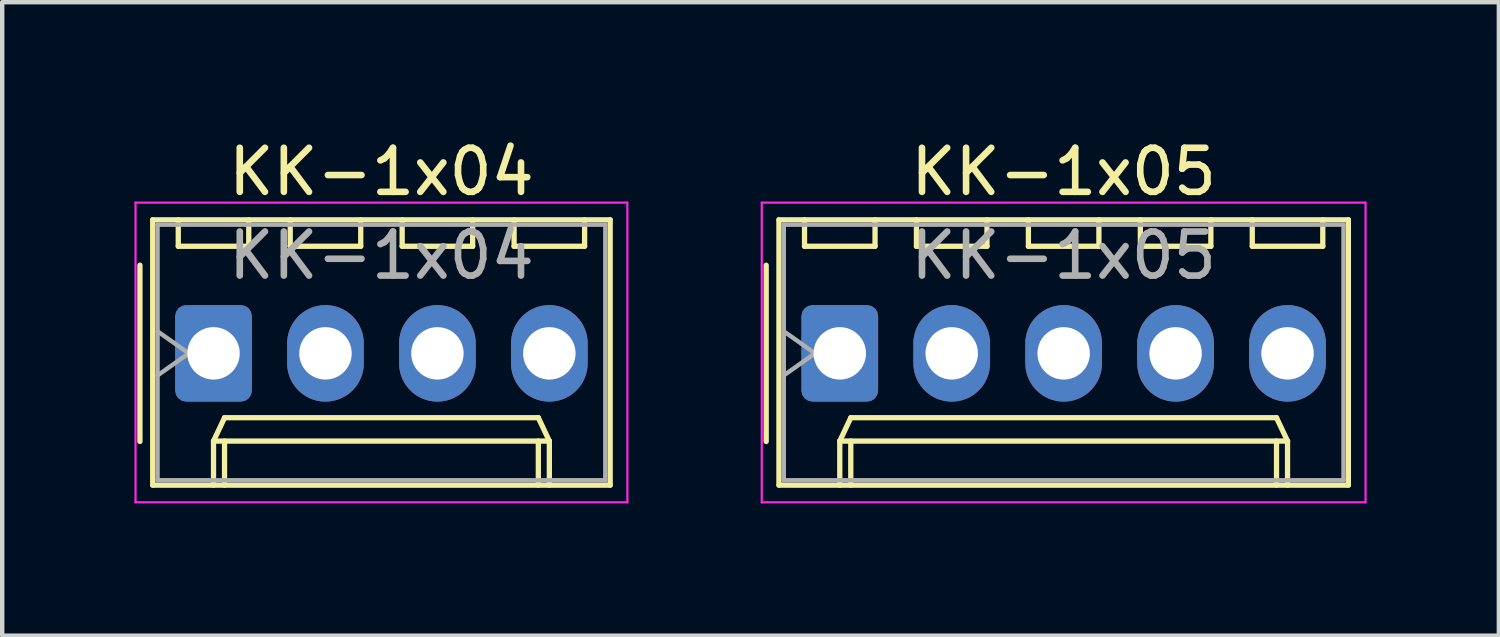
<source format=kicad_pcb>
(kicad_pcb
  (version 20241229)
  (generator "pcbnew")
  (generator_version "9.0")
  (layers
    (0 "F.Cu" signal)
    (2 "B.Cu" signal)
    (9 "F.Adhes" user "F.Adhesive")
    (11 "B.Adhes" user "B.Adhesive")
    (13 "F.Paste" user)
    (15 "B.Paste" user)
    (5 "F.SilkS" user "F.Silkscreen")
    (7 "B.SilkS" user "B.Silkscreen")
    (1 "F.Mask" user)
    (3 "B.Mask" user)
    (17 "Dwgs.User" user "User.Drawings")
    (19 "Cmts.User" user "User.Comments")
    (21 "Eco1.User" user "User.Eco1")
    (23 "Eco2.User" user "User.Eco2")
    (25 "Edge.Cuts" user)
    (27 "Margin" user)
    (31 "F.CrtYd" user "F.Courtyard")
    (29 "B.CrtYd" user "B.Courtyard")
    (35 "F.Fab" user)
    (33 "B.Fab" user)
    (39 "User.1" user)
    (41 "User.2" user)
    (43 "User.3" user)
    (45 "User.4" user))
  (footprint "KK-1x04"
    (layer "F.Cu")
    (at 1.795 4.968)
    (property "Reference" "KK-1x04" (at 3.81 -4.12 0) (layer "F.SilkS") (effects (font (size 1 1) (thickness 0.15))))
    (attr through_hole)
    (fp_line (start -1.67 -2) (end -1.67 2) (stroke (width 0.12) (type solid)) (layer "F.SilkS"))
    (fp_line (start -1.38 -3.03) (end -1.38 2.99) (stroke (width 0.12) (type solid)) (layer "F.SilkS"))
    (fp_line (start -1.38 2.99) (end 9 2.99) (stroke (width 0.12) (type solid)) (layer "F.SilkS"))
    (fp_line (start -0.8 -3.03) (end -0.8 -2.43) (stroke (width 0.12) (type solid)) (layer "F.SilkS"))
    (fp_line (start -0.8 -2.43) (end 0.8 -2.43) (stroke (width 0.12) (type solid)) (layer "F.SilkS"))
    (fp_line (start 0 1.99) (end 0.25 1.46) (stroke (width 0.12) (type solid)) (layer "F.SilkS"))
    (fp_line (start 0 1.99) (end 7.62 1.99) (stroke (width 0.12) (type solid)) (layer "F.SilkS"))
    (fp_line (start 0 2.99) (end 0 1.99) (stroke (width 0.12) (type solid)) (layer "F.SilkS"))
    (fp_line (start 0.25 1.46) (end 7.37 1.46) (stroke (width 0.12) (type solid)) (layer "F.SilkS"))
    (fp_line (start 0.25 2.99) (end 0.25 1.99) (stroke (width 0.12) (type solid)) (layer "F.SilkS"))
    (fp_line (start 0.8 -2.43) (end 0.8 -3.03) (stroke (width 0.12) (type solid)) (layer "F.SilkS"))
    (fp_line (start 1.74 -3.03) (end 1.74 -2.43) (stroke (width 0.12) (type solid)) (layer "F.SilkS"))
    (fp_line (start 1.74 -2.43) (end 3.34 -2.43) (stroke (width 0.12) (type solid)) (layer "F.SilkS"))
    (fp_line (start 3.34 -2.43) (end 3.34 -3.03) (stroke (width 0.12) (type solid)) (layer "F.SilkS"))
    (fp_line (start 4.28 -3.03) (end 4.28 -2.43) (stroke (width 0.12) (type solid)) (layer "F.SilkS"))
    (fp_line (start 4.28 -2.43) (end 5.88 -2.43) (stroke (width 0.12) (type solid)) (layer "F.SilkS"))
    (fp_line (start 5.88 -2.43) (end 5.88 -3.03) (stroke (width 0.12) (type solid)) (layer "F.SilkS"))
    (fp_line (start 6.82 -3.03) (end 6.82 -2.43) (stroke (width 0.12) (type solid)) (layer "F.SilkS"))
    (fp_line (start 6.82 -2.43) (end 8.42 -2.43) (stroke (width 0.12) (type solid)) (layer "F.SilkS"))
    (fp_line (start 7.37 1.46) (end 7.62 1.99) (stroke (width 0.12) (type solid)) (layer "F.SilkS"))
    (fp_line (start 7.37 2.99) (end 7.37 1.99) (stroke (width 0.12) (type solid)) (layer "F.SilkS"))
    (fp_line (start 7.62 1.99) (end 7.62 2.99) (stroke (width 0.12) (type solid)) (layer "F.SilkS"))
    (fp_line (start 8.42 -2.43) (end 8.42 -3.03) (stroke (width 0.12) (type solid)) (layer "F.SilkS"))
    (fp_line (start 9 -3.03) (end -1.38 -3.03) (stroke (width 0.12) (type solid)) (layer "F.SilkS"))
    (fp_line (start 9 2.99) (end 9 -3.03) (stroke (width 0.12) (type solid)) (layer "F.SilkS"))
    (fp_line (start -1.77 -3.42) (end -1.77 3.38) (stroke (width 0.05) (type solid)) (layer "F.CrtYd"))
    (fp_line (start -1.77 3.38) (end 9.39 3.38) (stroke (width 0.05) (type solid)) (layer "F.CrtYd"))
    (fp_line (start 9.39 -3.42) (end -1.77 -3.42) (stroke (width 0.05) (type solid)) (layer "F.CrtYd"))
    (fp_line (start 9.39 3.38) (end 9.39 -3.42) (stroke (width 0.05) (type solid)) (layer "F.CrtYd"))
    (fp_line (start -1.27 -2.92) (end -1.27 2.88) (stroke (width 0.1) (type solid)) (layer "F.Fab"))
    (fp_line (start -1.27 -0.5) (end -0.563 0) (stroke (width 0.1) (type solid)) (layer "F.Fab"))
    (fp_line (start -1.27 2.88) (end 8.89 2.88) (stroke (width 0.1) (type solid)) (layer "F.Fab"))
    (fp_line (start -0.563 0) (end -1.27 0.5) (stroke (width 0.1) (type solid)) (layer "F.Fab"))
    (fp_line (start 8.89 -2.92) (end -1.27 -2.92) (stroke (width 0.1) (type solid)) (layer "F.Fab"))
    (fp_line (start 8.89 2.88) (end 8.89 -2.92) (stroke (width 0.1) (type solid)) (layer "F.Fab"))
    (fp_text user "${REFERENCE}" (at 3.81 -2.22 0) (layer "F.Fab") (effects (font (size 1 1) (thickness 0.15))))
    (pad "1" thru_hole roundrect (at 0 0) (size 1.74 2.19) (drill 1.19) (layers "*.Cu" "*.Mask") (roundrect_rratio 0.144))
    (pad "2" thru_hole oval (at 2.54 0) (size 1.74 2.19) (drill 1.19) (layers "*.Cu" "*.Mask"))
    (pad "3" thru_hole oval (at 5.08 0) (size 1.74 2.19) (drill 1.19) (layers "*.Cu" "*.Mask"))
    (pad "4" thru_hole oval (at 7.62 0) (size 1.74 2.19) (drill 1.19) (layers "*.Cu" "*.Mask")))
  (footprint "KK-1x05"
    (layer "F.Cu")
    (at 16.005 4.968)
    (property "Reference" "KK-1x05" (at 5.08 -4.12 0) (layer "F.SilkS") (effects (font (size 1 1) (thickness 0.15))))
    (attr through_hole)
    (fp_line (start -1.67 -2) (end -1.67 2) (stroke (width 0.12) (type solid)) (layer "F.SilkS"))
    (fp_line (start -1.38 -3.03) (end -1.38 2.99) (stroke (width 0.12) (type solid)) (layer "F.SilkS"))
    (fp_line (start -1.38 2.99) (end 11.54 2.99) (stroke (width 0.12) (type solid)) (layer "F.SilkS"))
    (fp_line (start -0.8 -3.03) (end -0.8 -2.43) (stroke (width 0.12) (type solid)) (layer "F.SilkS"))
    (fp_line (start -0.8 -2.43) (end 0.8 -2.43) (stroke (width 0.12) (type solid)) (layer "F.SilkS"))
    (fp_line (start 0 1.99) (end 0.25 1.46) (stroke (width 0.12) (type solid)) (layer "F.SilkS"))
    (fp_line (start 0 1.99) (end 10.16 1.99) (stroke (width 0.12) (type solid)) (layer "F.SilkS"))
    (fp_line (start 0 2.99) (end 0 1.99) (stroke (width 0.12) (type solid)) (layer "F.SilkS"))
    (fp_line (start 0.25 1.46) (end 9.91 1.46) (stroke (width 0.12) (type solid)) (layer "F.SilkS"))
    (fp_line (start 0.25 2.99) (end 0.25 1.99) (stroke (width 0.12) (type solid)) (layer "F.SilkS"))
    (fp_line (start 0.8 -2.43) (end 0.8 -3.03) (stroke (width 0.12) (type solid)) (layer "F.SilkS"))
    (fp_line (start 1.74 -3.03) (end 1.74 -2.43) (stroke (width 0.12) (type solid)) (layer "F.SilkS"))
    (fp_line (start 1.74 -2.43) (end 3.34 -2.43) (stroke (width 0.12) (type solid)) (layer "F.SilkS"))
    (fp_line (start 3.34 -2.43) (end 3.34 -3.03) (stroke (width 0.12) (type solid)) (layer "F.SilkS"))
    (fp_line (start 4.28 -3.03) (end 4.28 -2.43) (stroke (width 0.12) (type solid)) (layer "F.SilkS"))
    (fp_line (start 4.28 -2.43) (end 5.88 -2.43) (stroke (width 0.12) (type solid)) (layer "F.SilkS"))
    (fp_line (start 5.88 -2.43) (end 5.88 -3.03) (stroke (width 0.12) (type solid)) (layer "F.SilkS"))
    (fp_line (start 6.82 -3.03) (end 6.82 -2.43) (stroke (width 0.12) (type solid)) (layer "F.SilkS"))
    (fp_line (start 6.82 -2.43) (end 8.42 -2.43) (stroke (width 0.12) (type solid)) (layer "F.SilkS"))
    (fp_line (start 8.42 -2.43) (end 8.42 -3.03) (stroke (width 0.12) (type solid)) (layer "F.SilkS"))
    (fp_line (start 9.36 -3.03) (end 9.36 -2.43) (stroke (width 0.12) (type solid)) (layer "F.SilkS"))
    (fp_line (start 9.36 -2.43) (end 10.96 -2.43) (stroke (width 0.12) (type solid)) (layer "F.SilkS"))
    (fp_line (start 9.91 1.46) (end 10.16 1.99) (stroke (width 0.12) (type solid)) (layer "F.SilkS"))
    (fp_line (start 9.91 2.99) (end 9.91 1.99) (stroke (width 0.12) (type solid)) (layer "F.SilkS"))
    (fp_line (start 10.16 1.99) (end 10.16 2.99) (stroke (width 0.12) (type solid)) (layer "F.SilkS"))
    (fp_line (start 10.96 -2.43) (end 10.96 -3.03) (stroke (width 0.12) (type solid)) (layer "F.SilkS"))
    (fp_line (start 11.54 -3.03) (end -1.38 -3.03) (stroke (width 0.12) (type solid)) (layer "F.SilkS"))
    (fp_line (start 11.54 2.99) (end 11.54 -3.03) (stroke (width 0.12) (type solid)) (layer "F.SilkS"))
    (fp_line (start -1.77 -3.42) (end -1.77 3.38) (stroke (width 0.05) (type solid)) (layer "F.CrtYd"))
    (fp_line (start -1.77 3.38) (end 11.93 3.38) (stroke (width 0.05) (type solid)) (layer "F.CrtYd"))
    (fp_line (start 11.93 -3.42) (end -1.77 -3.42) (stroke (width 0.05) (type solid)) (layer "F.CrtYd"))
    (fp_line (start 11.93 3.38) (end 11.93 -3.42) (stroke (width 0.05) (type solid)) (layer "F.CrtYd"))
    (fp_line (start -1.27 -2.92) (end -1.27 2.88) (stroke (width 0.1) (type solid)) (layer "F.Fab"))
    (fp_line (start -1.27 -0.5) (end -0.563 0) (stroke (width 0.1) (type solid)) (layer "F.Fab"))
    (fp_line (start -1.27 2.88) (end 11.43 2.88) (stroke (width 0.1) (type solid)) (layer "F.Fab"))
    (fp_line (start -0.563 0) (end -1.27 0.5) (stroke (width 0.1) (type solid)) (layer "F.Fab"))
    (fp_line (start 11.43 -2.92) (end -1.27 -2.92) (stroke (width 0.1) (type solid)) (layer "F.Fab"))
    (fp_line (start 11.43 2.88) (end 11.43 -2.92) (stroke (width 0.1) (type solid)) (layer "F.Fab"))
    (fp_text user "${REFERENCE}" (at 5.08 -2.22 0) (layer "F.Fab") (effects (font (size 1 1) (thickness 0.15))))
    (pad "1" thru_hole roundrect (at 0 0) (size 1.74 2.19) (drill 1.19) (layers "*.Cu" "*.Mask") (roundrect_rratio 0.144))
    (pad "2" thru_hole oval (at 2.54 0) (size 1.74 2.19) (drill 1.19) (layers "*.Cu" "*.Mask"))
    (pad "3" thru_hole oval (at 5.08 0) (size 1.74 2.19) (drill 1.19) (layers "*.Cu" "*.Mask"))
    (pad "4" thru_hole oval (at 7.62 0) (size 1.74 2.19) (drill 1.19) (layers "*.Cu" "*.Mask"))
    (pad "5" thru_hole oval (at 10.16 0) (size 1.74 2.19) (drill 1.19) (layers "*.Cu" "*.Mask")))
  (gr_rect
    (start -3 -3)
    (end 30.96 11.373)
    (stroke (width 0.1) (type default))
    (fill no)
    (layer "Edge.Cuts")))
</source>
